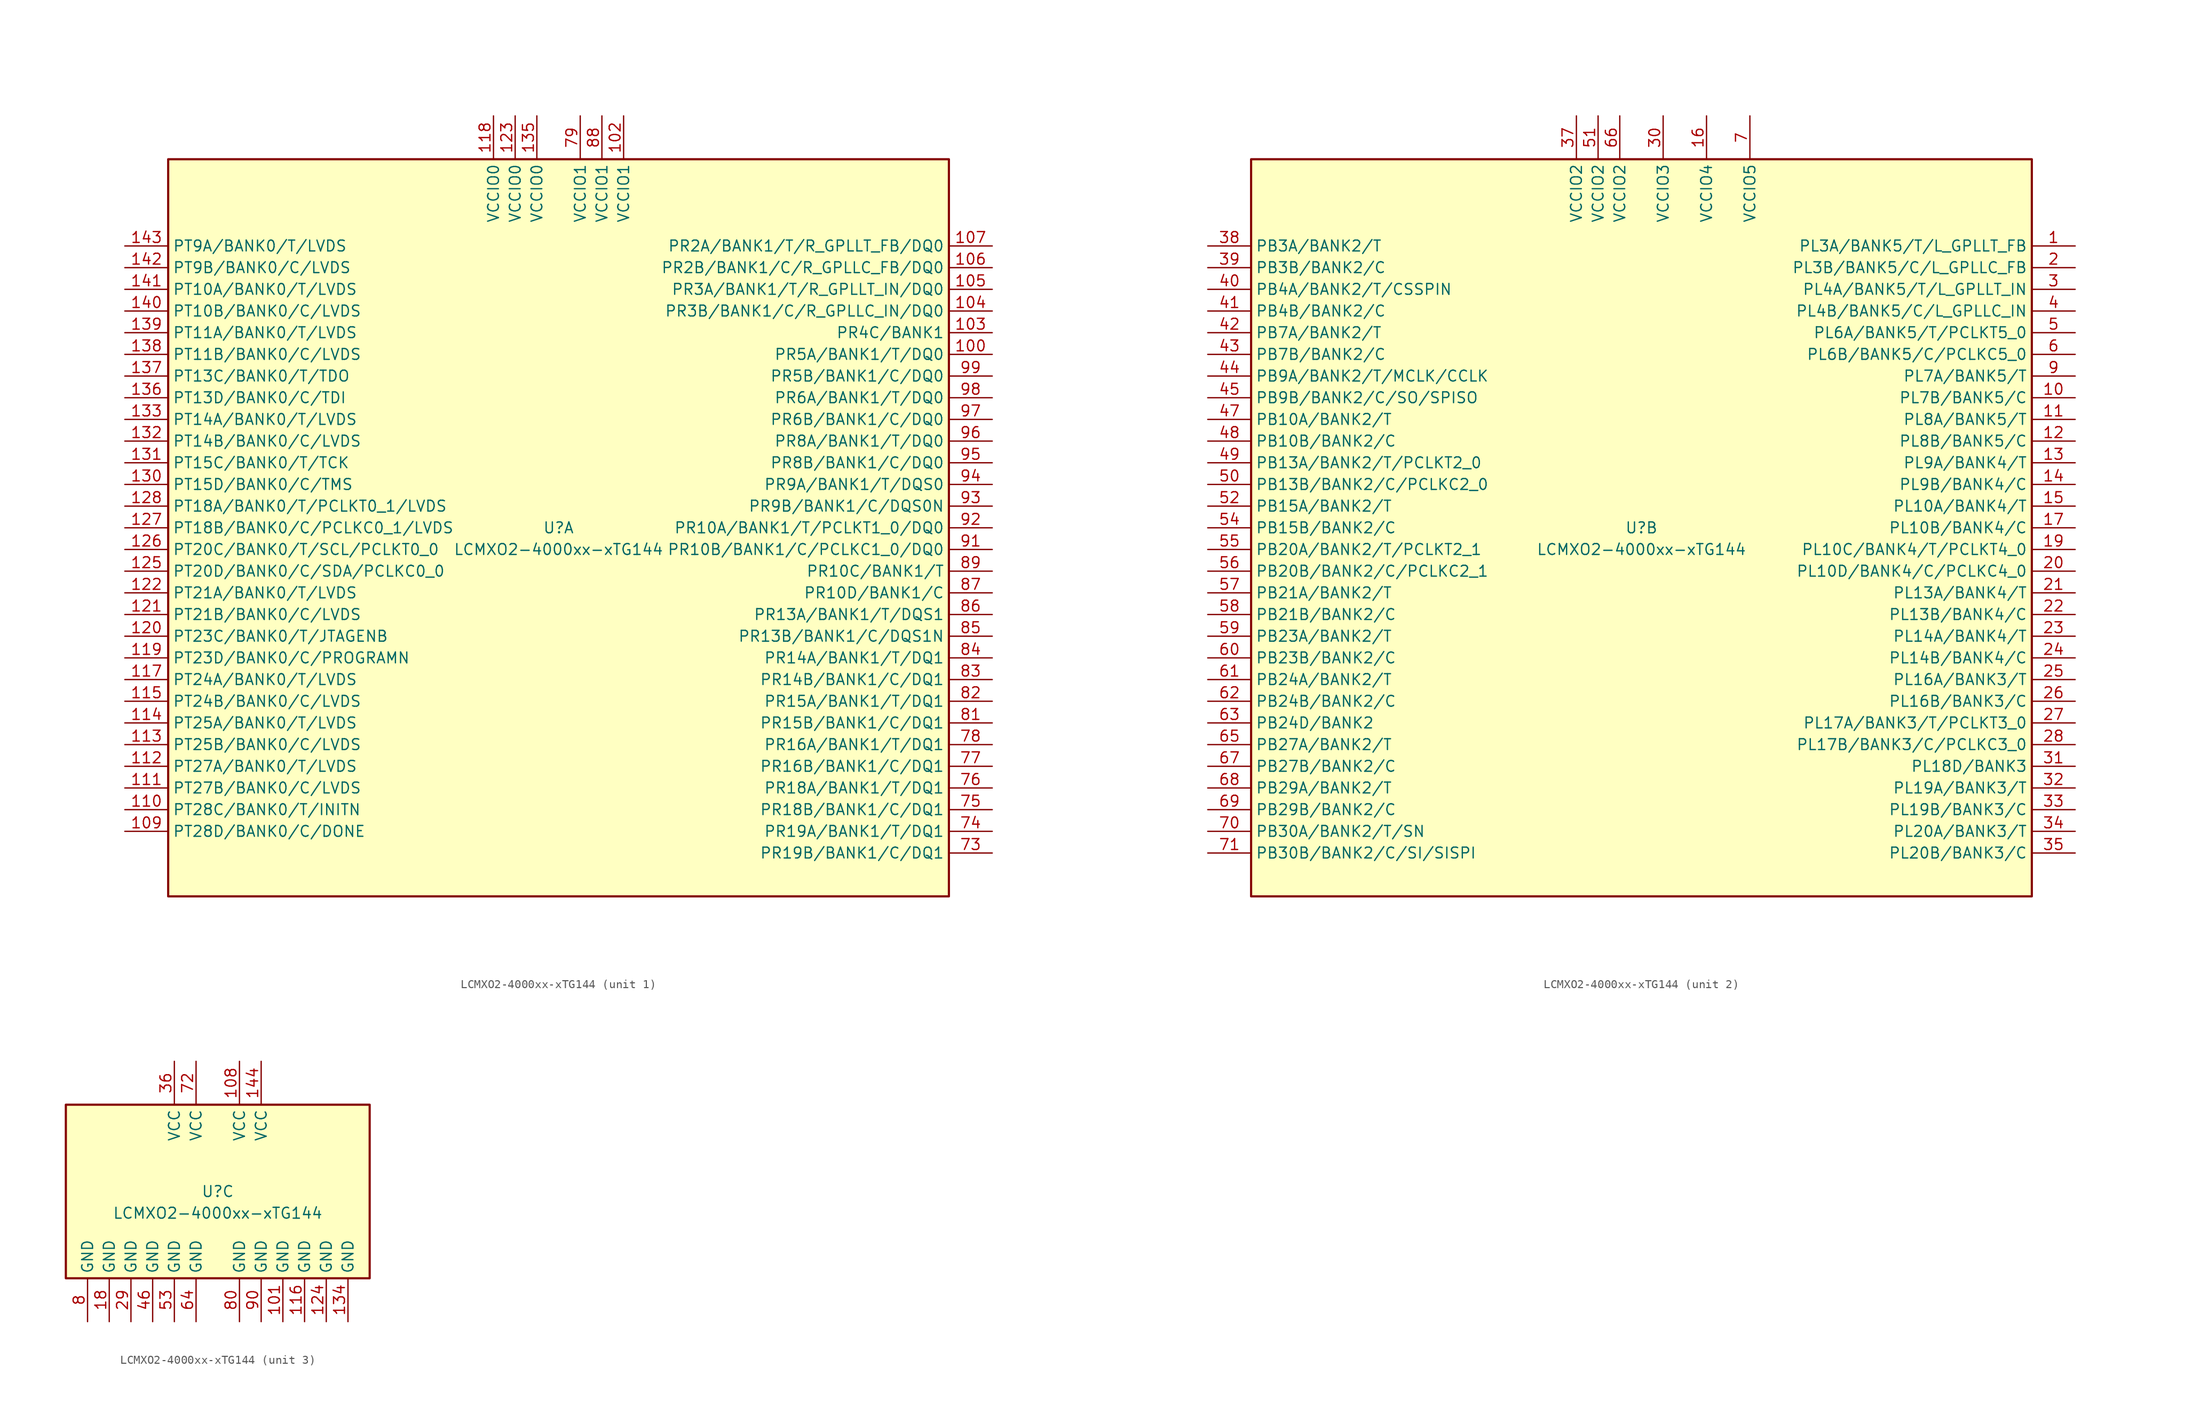
<source format=kicad_sym>
(kicad_symbol_lib
  (version 20241209)
  (generator "kicad_symbol_editor")
  (generator_version "9.0")
  (symbol "LCMXO2-4000xx-xTG144"
    (property "Reference" "U"
      (at 0 0 0)
      (effects (font (size 1.27 1.27))))
    (property "Value" "LCMXO2-4000xx-xTG144"
      (at 0 -2.54 0)
      (effects (font (size 1.27 1.27))))
    (property "ki_locked" ""
      (at 0 0 0)
      (effects (font (size 1.27 1.27))))
    (symbol "LCMXO2-4000xx-xTG144_1_1"
      (rectangle (start -45.72 43.18) (end 45.72 -43.18) (stroke (width 0.254) (type default)) (fill (type background)))
      (pin bidirectional line (at -50.8 33.02 0) (length 5.08) (name "PT9A/BANK0/T/LVDS" (effects (font (size 1.27 1.27)))) (number "143" (effects (font (size 1.27 1.27)))))
      (pin bidirectional line (at -50.8 30.48 0) (length 5.08) (name "PT9B/BANK0/C/LVDS" (effects (font (size 1.27 1.27)))) (number "142" (effects (font (size 1.27 1.27)))))
      (pin bidirectional line (at -50.8 27.94 0) (length 5.08) (name "PT10A/BANK0/T/LVDS" (effects (font (size 1.27 1.27)))) (number "141" (effects (font (size 1.27 1.27)))))
      (pin bidirectional line (at -50.8 25.4 0) (length 5.08) (name "PT10B/BANK0/C/LVDS" (effects (font (size 1.27 1.27)))) (number "140" (effects (font (size 1.27 1.27)))))
      (pin bidirectional line (at -50.8 22.86 0) (length 5.08) (name "PT11A/BANK0/T/LVDS" (effects (font (size 1.27 1.27)))) (number "139" (effects (font (size 1.27 1.27)))))
      (pin bidirectional line (at -50.8 20.32 0) (length 5.08) (name "PT11B/BANK0/C/LVDS" (effects (font (size 1.27 1.27)))) (number "138" (effects (font (size 1.27 1.27)))))
      (pin bidirectional line (at -50.8 17.78 0) (length 5.08) (name "PT13C/BANK0/T/TDO" (effects (font (size 1.27 1.27)))) (number "137" (effects (font (size 1.27 1.27)))))
      (pin bidirectional line (at -50.8 15.24 0) (length 5.08) (name "PT13D/BANK0/C/TDI" (effects (font (size 1.27 1.27)))) (number "136" (effects (font (size 1.27 1.27)))))
      (pin bidirectional line (at -50.8 12.7 0) (length 5.08) (name "PT14A/BANK0/T/LVDS" (effects (font (size 1.27 1.27)))) (number "133" (effects (font (size 1.27 1.27)))))
      (pin bidirectional line (at -50.8 10.16 0) (length 5.08) (name "PT14B/BANK0/C/LVDS" (effects (font (size 1.27 1.27)))) (number "132" (effects (font (size 1.27 1.27)))))
      (pin bidirectional line (at -50.8 7.62 0) (length 5.08) (name "PT15C/BANK0/T/TCK" (effects (font (size 1.27 1.27)))) (number "131" (effects (font (size 1.27 1.27)))))
      (pin bidirectional line (at -50.8 5.08 0) (length 5.08) (name "PT15D/BANK0/C/TMS" (effects (font (size 1.27 1.27)))) (number "130" (effects (font (size 1.27 1.27)))))
      (pin bidirectional line (at -50.8 2.54 0) (length 5.08) (name "PT18A/BANK0/T/PCLKT0_1/LVDS" (effects (font (size 1.27 1.27)))) (number "128" (effects (font (size 1.27 1.27)))))
      (pin bidirectional line (at -50.8 0 0) (length 5.08) (name "PT18B/BANK0/C/PCLKC0_1/LVDS" (effects (font (size 1.27 1.27)))) (number "127" (effects (font (size 1.27 1.27)))))
      (pin bidirectional line (at -50.8 -2.54 0) (length 5.08) (name "PT20C/BANK0/T/SCL/PCLKT0_0" (effects (font (size 1.27 1.27)))) (number "126" (effects (font (size 1.27 1.27)))))
      (pin bidirectional line (at -50.8 -5.08 0) (length 5.08) (name "PT20D/BANK0/C/SDA/PCLKC0_0" (effects (font (size 1.27 1.27)))) (number "125" (effects (font (size 1.27 1.27)))))
      (pin bidirectional line (at -50.8 -7.62 0) (length 5.08) (name "PT21A/BANK0/T/LVDS" (effects (font (size 1.27 1.27)))) (number "122" (effects (font (size 1.27 1.27)))))
      (pin bidirectional line (at -50.8 -10.16 0) (length 5.08) (name "PT21B/BANK0/C/LVDS" (effects (font (size 1.27 1.27)))) (number "121" (effects (font (size 1.27 1.27)))))
      (pin bidirectional line (at -50.8 -12.7 0) (length 5.08) (name "PT23C/BANK0/T/JTAGENB" (effects (font (size 1.27 1.27)))) (number "120" (effects (font (size 1.27 1.27)))))
      (pin bidirectional line (at -50.8 -15.24 0) (length 5.08) (name "PT23D/BANK0/C/PROGRAMN" (effects (font (size 1.27 1.27)))) (number "119" (effects (font (size 1.27 1.27)))))
      (pin bidirectional line (at -50.8 -17.78 0) (length 5.08) (name "PT24A/BANK0/T/LVDS" (effects (font (size 1.27 1.27)))) (number "117" (effects (font (size 1.27 1.27)))))
      (pin bidirectional line (at -50.8 -20.32 0) (length 5.08) (name "PT24B/BANK0/C/LVDS" (effects (font (size 1.27 1.27)))) (number "115" (effects (font (size 1.27 1.27)))))
      (pin bidirectional line (at -50.8 -22.86 0) (length 5.08) (name "PT25A/BANK0/T/LVDS" (effects (font (size 1.27 1.27)))) (number "114" (effects (font (size 1.27 1.27)))))
      (pin bidirectional line (at -50.8 -25.4 0) (length 5.08) (name "PT25B/BANK0/C/LVDS" (effects (font (size 1.27 1.27)))) (number "113" (effects (font (size 1.27 1.27)))))
      (pin bidirectional line (at -50.8 -27.94 0) (length 5.08) (name "PT27A/BANK0/T/LVDS" (effects (font (size 1.27 1.27)))) (number "112" (effects (font (size 1.27 1.27)))))
      (pin bidirectional line (at -50.8 -30.48 0) (length 5.08) (name "PT27B/BANK0/C/LVDS" (effects (font (size 1.27 1.27)))) (number "111" (effects (font (size 1.27 1.27)))))
      (pin bidirectional line (at -50.8 -33.02 0) (length 5.08) (name "PT28C/BANK0/T/INITN" (effects (font (size 1.27 1.27)))) (number "110" (effects (font (size 1.27 1.27)))))
      (pin bidirectional line (at -50.8 -35.56 0) (length 5.08) (name "PT28D/BANK0/C/DONE" (effects (font (size 1.27 1.27)))) (number "109" (effects (font (size 1.27 1.27)))))
      (pin no_connect line (at -45.72 -38.1 0) (length 5.08) (hide yes) (name "NC" (effects (font (size 1.27 1.27)))) (number "129" (effects (font (size 1.27 1.27)))))
      (pin power_in line (at -7.62 48.26 270) (length 5.08) (name "VCCIO0" (effects (font (size 1.27 1.27)))) (number "118" (effects (font (size 1.27 1.27)))))
      (pin power_in line (at -5.08 48.26 270) (length 5.08) (name "VCCIO0" (effects (font (size 1.27 1.27)))) (number "123" (effects (font (size 1.27 1.27)))))
      (pin power_in line (at -2.54 48.26 270) (length 5.08) (name "VCCIO0" (effects (font (size 1.27 1.27)))) (number "135" (effects (font (size 1.27 1.27)))))
      (pin power_in line (at 2.54 48.26 270) (length 5.08) (name "VCCIO1" (effects (font (size 1.27 1.27)))) (number "79" (effects (font (size 1.27 1.27)))))
      (pin power_in line (at 5.08 48.26 270) (length 5.08) (name "VCCIO1" (effects (font (size 1.27 1.27)))) (number "88" (effects (font (size 1.27 1.27)))))
      (pin power_in line (at 7.62 48.26 270) (length 5.08) (name "VCCIO1" (effects (font (size 1.27 1.27)))) (number "102" (effects (font (size 1.27 1.27)))))
      (pin bidirectional line (at 50.8 33.02 180) (length 5.08) (name "PR2A/BANK1/T/R_GPLLT_FB/DQ0" (effects (font (size 1.27 1.27)))) (number "107" (effects (font (size 1.27 1.27)))))
      (pin bidirectional line (at 50.8 30.48 180) (length 5.08) (name "PR2B/BANK1/C/R_GPLLC_FB/DQ0" (effects (font (size 1.27 1.27)))) (number "106" (effects (font (size 1.27 1.27)))))
      (pin bidirectional line (at 50.8 27.94 180) (length 5.08) (name "PR3A/BANK1/T/R_GPLLT_IN/DQ0" (effects (font (size 1.27 1.27)))) (number "105" (effects (font (size 1.27 1.27)))))
      (pin bidirectional line (at 50.8 25.4 180) (length 5.08) (name "PR3B/BANK1/C/R_GPLLC_IN/DQ0" (effects (font (size 1.27 1.27)))) (number "104" (effects (font (size 1.27 1.27)))))
      (pin bidirectional line (at 50.8 22.86 180) (length 5.08) (name "PR4C/BANK1" (effects (font (size 1.27 1.27)))) (number "103" (effects (font (size 1.27 1.27)))))
      (pin bidirectional line (at 50.8 20.32 180) (length 5.08) (name "PR5A/BANK1/T/DQ0" (effects (font (size 1.27 1.27)))) (number "100" (effects (font (size 1.27 1.27)))))
      (pin bidirectional line (at 50.8 17.78 180) (length 5.08) (name "PR5B/BANK1/C/DQ0" (effects (font (size 1.27 1.27)))) (number "99" (effects (font (size 1.27 1.27)))))
      (pin bidirectional line (at 50.8 15.24 180) (length 5.08) (name "PR6A/BANK1/T/DQ0" (effects (font (size 1.27 1.27)))) (number "98" (effects (font (size 1.27 1.27)))))
      (pin bidirectional line (at 50.8 12.7 180) (length 5.08) (name "PR6B/BANK1/C/DQ0" (effects (font (size 1.27 1.27)))) (number "97" (effects (font (size 1.27 1.27)))))
      (pin bidirectional line (at 50.8 10.16 180) (length 5.08) (name "PR8A/BANK1/T/DQ0" (effects (font (size 1.27 1.27)))) (number "96" (effects (font (size 1.27 1.27)))))
      (pin bidirectional line (at 50.8 7.62 180) (length 5.08) (name "PR8B/BANK1/C/DQ0" (effects (font (size 1.27 1.27)))) (number "95" (effects (font (size 1.27 1.27)))))
      (pin bidirectional line (at 50.8 5.08 180) (length 5.08) (name "PR9A/BANK1/T/DQS0" (effects (font (size 1.27 1.27)))) (number "94" (effects (font (size 1.27 1.27)))))
      (pin bidirectional line (at 50.8 2.54 180) (length 5.08) (name "PR9B/BANK1/C/DQS0N" (effects (font (size 1.27 1.27)))) (number "93" (effects (font (size 1.27 1.27)))))
      (pin bidirectional line (at 50.8 0 180) (length 5.08) (name "PR10A/BANK1/T/PCLKT1_0/DQ0" (effects (font (size 1.27 1.27)))) (number "92" (effects (font (size 1.27 1.27)))))
      (pin bidirectional line (at 50.8 -2.54 180) (length 5.08) (name "PR10B/BANK1/C/PCLKC1_0/DQ0" (effects (font (size 1.27 1.27)))) (number "91" (effects (font (size 1.27 1.27)))))
      (pin bidirectional line (at 50.8 -5.08 180) (length 5.08) (name "PR10C/BANK1/T" (effects (font (size 1.27 1.27)))) (number "89" (effects (font (size 1.27 1.27)))))
      (pin bidirectional line (at 50.8 -7.62 180) (length 5.08) (name "PR10D/BANK1/C" (effects (font (size 1.27 1.27)))) (number "87" (effects (font (size 1.27 1.27)))))
      (pin bidirectional line (at 50.8 -10.16 180) (length 5.08) (name "PR13A/BANK1/T/DQS1" (effects (font (size 1.27 1.27)))) (number "86" (effects (font (size 1.27 1.27)))))
      (pin bidirectional line (at 50.8 -12.7 180) (length 5.08) (name "PR13B/BANK1/C/DQS1N" (effects (font (size 1.27 1.27)))) (number "85" (effects (font (size 1.27 1.27)))))
      (pin bidirectional line (at 50.8 -15.24 180) (length 5.08) (name "PR14A/BANK1/T/DQ1" (effects (font (size 1.27 1.27)))) (number "84" (effects (font (size 1.27 1.27)))))
      (pin bidirectional line (at 50.8 -17.78 180) (length 5.08) (name "PR14B/BANK1/C/DQ1" (effects (font (size 1.27 1.27)))) (number "83" (effects (font (size 1.27 1.27)))))
      (pin bidirectional line (at 50.8 -20.32 180) (length 5.08) (name "PR15A/BANK1/T/DQ1" (effects (font (size 1.27 1.27)))) (number "82" (effects (font (size 1.27 1.27)))))
      (pin bidirectional line (at 50.8 -22.86 180) (length 5.08) (name "PR15B/BANK1/C/DQ1" (effects (font (size 1.27 1.27)))) (number "81" (effects (font (size 1.27 1.27)))))
      (pin bidirectional line (at 50.8 -25.4 180) (length 5.08) (name "PR16A/BANK1/T/DQ1" (effects (font (size 1.27 1.27)))) (number "78" (effects (font (size 1.27 1.27)))))
      (pin bidirectional line (at 50.8 -27.94 180) (length 5.08) (name "PR16B/BANK1/C/DQ1" (effects (font (size 1.27 1.27)))) (number "77" (effects (font (size 1.27 1.27)))))
      (pin bidirectional line (at 50.8 -30.48 180) (length 5.08) (name "PR18A/BANK1/T/DQ1" (effects (font (size 1.27 1.27)))) (number "76" (effects (font (size 1.27 1.27)))))
      (pin bidirectional line (at 50.8 -33.02 180) (length 5.08) (name "PR18B/BANK1/C/DQ1" (effects (font (size 1.27 1.27)))) (number "75" (effects (font (size 1.27 1.27)))))
      (pin bidirectional line (at 50.8 -35.56 180) (length 5.08) (name "PR19A/BANK1/T/DQ1" (effects (font (size 1.27 1.27)))) (number "74" (effects (font (size 1.27 1.27)))))
      (pin bidirectional line (at 50.8 -38.1 180) (length 5.08) (name "PR19B/BANK1/C/DQ1" (effects (font (size 1.27 1.27)))) (number "73" (effects (font (size 1.27 1.27))))))
    (symbol "LCMXO2-4000xx-xTG144_2_1"
      (rectangle (start -45.72 43.18) (end 45.72 -43.18) (stroke (width 0.254) (type default)) (fill (type background)))
      (pin bidirectional line (at -50.8 33.02 0) (length 5.08) (name "PB3A/BANK2/T" (effects (font (size 1.27 1.27)))) (number "38" (effects (font (size 1.27 1.27)))))
      (pin bidirectional line (at -50.8 30.48 0) (length 5.08) (name "PB3B/BANK2/C" (effects (font (size 1.27 1.27)))) (number "39" (effects (font (size 1.27 1.27)))))
      (pin bidirectional line (at -50.8 27.94 0) (length 5.08) (name "PB4A/BANK2/T/CSSPIN" (effects (font (size 1.27 1.27)))) (number "40" (effects (font (size 1.27 1.27)))))
      (pin bidirectional line (at -50.8 25.4 0) (length 5.08) (name "PB4B/BANK2/C" (effects (font (size 1.27 1.27)))) (number "41" (effects (font (size 1.27 1.27)))))
      (pin bidirectional line (at -50.8 22.86 0) (length 5.08) (name "PB7A/BANK2/T" (effects (font (size 1.27 1.27)))) (number "42" (effects (font (size 1.27 1.27)))))
      (pin bidirectional line (at -50.8 20.32 0) (length 5.08) (name "PB7B/BANK2/C" (effects (font (size 1.27 1.27)))) (number "43" (effects (font (size 1.27 1.27)))))
      (pin bidirectional line (at -50.8 17.78 0) (length 5.08) (name "PB9A/BANK2/T/MCLK/CCLK" (effects (font (size 1.27 1.27)))) (number "44" (effects (font (size 1.27 1.27)))))
      (pin bidirectional line (at -50.8 15.24 0) (length 5.08) (name "PB9B/BANK2/C/SO/SPISO" (effects (font (size 1.27 1.27)))) (number "45" (effects (font (size 1.27 1.27)))))
      (pin bidirectional line (at -50.8 12.7 0) (length 5.08) (name "PB10A/BANK2/T" (effects (font (size 1.27 1.27)))) (number "47" (effects (font (size 1.27 1.27)))))
      (pin bidirectional line (at -50.8 10.16 0) (length 5.08) (name "PB10B/BANK2/C" (effects (font (size 1.27 1.27)))) (number "48" (effects (font (size 1.27 1.27)))))
      (pin bidirectional line (at -50.8 7.62 0) (length 5.08) (name "PB13A/BANK2/T/PCLKT2_0" (effects (font (size 1.27 1.27)))) (number "49" (effects (font (size 1.27 1.27)))))
      (pin bidirectional line (at -50.8 5.08 0) (length 5.08) (name "PB13B/BANK2/C/PCLKC2_0" (effects (font (size 1.27 1.27)))) (number "50" (effects (font (size 1.27 1.27)))))
      (pin bidirectional line (at -50.8 2.54 0) (length 5.08) (name "PB15A/BANK2/T" (effects (font (size 1.27 1.27)))) (number "52" (effects (font (size 1.27 1.27)))))
      (pin bidirectional line (at -50.8 0 0) (length 5.08) (name "PB15B/BANK2/C" (effects (font (size 1.27 1.27)))) (number "54" (effects (font (size 1.27 1.27)))))
      (pin bidirectional line (at -50.8 -2.54 0) (length 5.08) (name "PB20A/BANK2/T/PCLKT2_1" (effects (font (size 1.27 1.27)))) (number "55" (effects (font (size 1.27 1.27)))))
      (pin bidirectional line (at -50.8 -5.08 0) (length 5.08) (name "PB20B/BANK2/C/PCLKC2_1" (effects (font (size 1.27 1.27)))) (number "56" (effects (font (size 1.27 1.27)))))
      (pin bidirectional line (at -50.8 -7.62 0) (length 5.08) (name "PB21A/BANK2/T" (effects (font (size 1.27 1.27)))) (number "57" (effects (font (size 1.27 1.27)))))
      (pin bidirectional line (at -50.8 -10.16 0) (length 5.08) (name "PB21B/BANK2/C" (effects (font (size 1.27 1.27)))) (number "58" (effects (font (size 1.27 1.27)))))
      (pin bidirectional line (at -50.8 -12.7 0) (length 5.08) (name "PB23A/BANK2/T" (effects (font (size 1.27 1.27)))) (number "59" (effects (font (size 1.27 1.27)))))
      (pin bidirectional line (at -50.8 -15.24 0) (length 5.08) (name "PB23B/BANK2/C" (effects (font (size 1.27 1.27)))) (number "60" (effects (font (size 1.27 1.27)))))
      (pin bidirectional line (at -50.8 -17.78 0) (length 5.08) (name "PB24A/BANK2/T" (effects (font (size 1.27 1.27)))) (number "61" (effects (font (size 1.27 1.27)))))
      (pin bidirectional line (at -50.8 -20.32 0) (length 5.08) (name "PB24B/BANK2/C" (effects (font (size 1.27 1.27)))) (number "62" (effects (font (size 1.27 1.27)))))
      (pin bidirectional line (at -50.8 -22.86 0) (length 5.08) (name "PB24D/BANK2" (effects (font (size 1.27 1.27)))) (number "63" (effects (font (size 1.27 1.27)))))
      (pin bidirectional line (at -50.8 -25.4 0) (length 5.08) (name "PB27A/BANK2/T" (effects (font (size 1.27 1.27)))) (number "65" (effects (font (size 1.27 1.27)))))
      (pin bidirectional line (at -50.8 -27.94 0) (length 5.08) (name "PB27B/BANK2/C" (effects (font (size 1.27 1.27)))) (number "67" (effects (font (size 1.27 1.27)))))
      (pin bidirectional line (at -50.8 -30.48 0) (length 5.08) (name "PB29A/BANK2/T" (effects (font (size 1.27 1.27)))) (number "68" (effects (font (size 1.27 1.27)))))
      (pin bidirectional line (at -50.8 -33.02 0) (length 5.08) (name "PB29B/BANK2/C" (effects (font (size 1.27 1.27)))) (number "69" (effects (font (size 1.27 1.27)))))
      (pin bidirectional line (at -50.8 -35.56 0) (length 5.08) (name "PB30A/BANK2/T/SN" (effects (font (size 1.27 1.27)))) (number "70" (effects (font (size 1.27 1.27)))))
      (pin bidirectional line (at -50.8 -38.1 0) (length 5.08) (name "PB30B/BANK2/C/SI/SISPI" (effects (font (size 1.27 1.27)))) (number "71" (effects (font (size 1.27 1.27)))))
      (pin power_in line (at -7.62 48.26 270) (length 5.08) (name "VCCIO2" (effects (font (size 1.27 1.27)))) (number "37" (effects (font (size 1.27 1.27)))))
      (pin power_in line (at -5.08 48.26 270) (length 5.08) (name "VCCIO2" (effects (font (size 1.27 1.27)))) (number "51" (effects (font (size 1.27 1.27)))))
      (pin power_in line (at -2.54 48.26 270) (length 5.08) (name "VCCIO2" (effects (font (size 1.27 1.27)))) (number "66" (effects (font (size 1.27 1.27)))))
      (pin power_in line (at 2.54 48.26 270) (length 5.08) (name "VCCIO3" (effects (font (size 1.27 1.27)))) (number "30" (effects (font (size 1.27 1.27)))))
      (pin power_in line (at 7.62 48.26 270) (length 5.08) (name "VCCIO4" (effects (font (size 1.27 1.27)))) (number "16" (effects (font (size 1.27 1.27)))))
      (pin power_in line (at 12.7 48.26 270) (length 5.08) (name "VCCIO5" (effects (font (size 1.27 1.27)))) (number "7" (effects (font (size 1.27 1.27)))))
      (pin bidirectional line (at 50.8 33.02 180) (length 5.08) (name "PL3A/BANK5/T/L_GPLLT_FB" (effects (font (size 1.27 1.27)))) (number "1" (effects (font (size 1.27 1.27)))))
      (pin bidirectional line (at 50.8 30.48 180) (length 5.08) (name "PL3B/BANK5/C/L_GPLLC_FB" (effects (font (size 1.27 1.27)))) (number "2" (effects (font (size 1.27 1.27)))))
      (pin bidirectional line (at 50.8 27.94 180) (length 5.08) (name "PL4A/BANK5/T/L_GPLLT_IN" (effects (font (size 1.27 1.27)))) (number "3" (effects (font (size 1.27 1.27)))))
      (pin bidirectional line (at 50.8 25.4 180) (length 5.08) (name "PL4B/BANK5/C/L_GPLLC_IN" (effects (font (size 1.27 1.27)))) (number "4" (effects (font (size 1.27 1.27)))))
      (pin bidirectional line (at 50.8 22.86 180) (length 5.08) (name "PL6A/BANK5/T/PCLKT5_0" (effects (font (size 1.27 1.27)))) (number "5" (effects (font (size 1.27 1.27)))))
      (pin bidirectional line (at 50.8 20.32 180) (length 5.08) (name "PL6B/BANK5/C/PCLKC5_0" (effects (font (size 1.27 1.27)))) (number "6" (effects (font (size 1.27 1.27)))))
      (pin bidirectional line (at 50.8 17.78 180) (length 5.08) (name "PL7A/BANK5/T" (effects (font (size 1.27 1.27)))) (number "9" (effects (font (size 1.27 1.27)))))
      (pin bidirectional line (at 50.8 15.24 180) (length 5.08) (name "PL7B/BANK5/C" (effects (font (size 1.27 1.27)))) (number "10" (effects (font (size 1.27 1.27)))))
      (pin bidirectional line (at 50.8 12.7 180) (length 5.08) (name "PL8A/BANK5/T" (effects (font (size 1.27 1.27)))) (number "11" (effects (font (size 1.27 1.27)))))
      (pin bidirectional line (at 50.8 10.16 180) (length 5.08) (name "PL8B/BANK5/C" (effects (font (size 1.27 1.27)))) (number "12" (effects (font (size 1.27 1.27)))))
      (pin bidirectional line (at 50.8 7.62 180) (length 5.08) (name "PL9A/BANK4/T" (effects (font (size 1.27 1.27)))) (number "13" (effects (font (size 1.27 1.27)))))
      (pin bidirectional line (at 50.8 5.08 180) (length 5.08) (name "PL9B/BANK4/C" (effects (font (size 1.27 1.27)))) (number "14" (effects (font (size 1.27 1.27)))))
      (pin bidirectional line (at 50.8 2.54 180) (length 5.08) (name "PL10A/BANK4/T" (effects (font (size 1.27 1.27)))) (number "15" (effects (font (size 1.27 1.27)))))
      (pin bidirectional line (at 50.8 0 180) (length 5.08) (name "PL10B/BANK4/C" (effects (font (size 1.27 1.27)))) (number "17" (effects (font (size 1.27 1.27)))))
      (pin bidirectional line (at 50.8 -2.54 180) (length 5.08) (name "PL10C/BANK4/T/PCLKT4_0" (effects (font (size 1.27 1.27)))) (number "19" (effects (font (size 1.27 1.27)))))
      (pin bidirectional line (at 50.8 -5.08 180) (length 5.08) (name "PL10D/BANK4/C/PCLKC4_0" (effects (font (size 1.27 1.27)))) (number "20" (effects (font (size 1.27 1.27)))))
      (pin bidirectional line (at 50.8 -7.62 180) (length 5.08) (name "PL13A/BANK4/T" (effects (font (size 1.27 1.27)))) (number "21" (effects (font (size 1.27 1.27)))))
      (pin bidirectional line (at 50.8 -10.16 180) (length 5.08) (name "PL13B/BANK4/C" (effects (font (size 1.27 1.27)))) (number "22" (effects (font (size 1.27 1.27)))))
      (pin bidirectional line (at 50.8 -12.7 180) (length 5.08) (name "PL14A/BANK4/T" (effects (font (size 1.27 1.27)))) (number "23" (effects (font (size 1.27 1.27)))))
      (pin bidirectional line (at 50.8 -15.24 180) (length 5.08) (name "PL14B/BANK4/C" (effects (font (size 1.27 1.27)))) (number "24" (effects (font (size 1.27 1.27)))))
      (pin bidirectional line (at 50.8 -17.78 180) (length 5.08) (name "PL16A/BANK3/T" (effects (font (size 1.27 1.27)))) (number "25" (effects (font (size 1.27 1.27)))))
      (pin bidirectional line (at 50.8 -20.32 180) (length 5.08) (name "PL16B/BANK3/C" (effects (font (size 1.27 1.27)))) (number "26" (effects (font (size 1.27 1.27)))))
      (pin bidirectional line (at 50.8 -22.86 180) (length 5.08) (name "PL17A/BANK3/T/PCLKT3_0" (effects (font (size 1.27 1.27)))) (number "27" (effects (font (size 1.27 1.27)))))
      (pin bidirectional line (at 50.8 -25.4 180) (length 5.08) (name "PL17B/BANK3/C/PCLKC3_0" (effects (font (size 1.27 1.27)))) (number "28" (effects (font (size 1.27 1.27)))))
      (pin bidirectional line (at 50.8 -27.94 180) (length 5.08) (name "PL18D/BANK3" (effects (font (size 1.27 1.27)))) (number "31" (effects (font (size 1.27 1.27)))))
      (pin bidirectional line (at 50.8 -30.48 180) (length 5.08) (name "PL19A/BANK3/T" (effects (font (size 1.27 1.27)))) (number "32" (effects (font (size 1.27 1.27)))))
      (pin bidirectional line (at 50.8 -33.02 180) (length 5.08) (name "PL19B/BANK3/C" (effects (font (size 1.27 1.27)))) (number "33" (effects (font (size 1.27 1.27)))))
      (pin bidirectional line (at 50.8 -35.56 180) (length 5.08) (name "PL20A/BANK3/T" (effects (font (size 1.27 1.27)))) (number "34" (effects (font (size 1.27 1.27)))))
      (pin bidirectional line (at 50.8 -38.1 180) (length 5.08) (name "PL20B/BANK3/C" (effects (font (size 1.27 1.27)))) (number "35" (effects (font (size 1.27 1.27))))))
    (symbol "LCMXO2-4000xx-xTG144_3_1"
      (rectangle (start -17.78 10.16) (end 17.78 -10.16) (stroke (width 0.254) (type default)) (fill (type background)))
      (pin power_in line (at -15.24 -15.24 90) (length 5.08) (name "GND" (effects (font (size 1.27 1.27)))) (number "8" (effects (font (size 1.27 1.27)))))
      (pin power_in line (at -12.7 -15.24 90) (length 5.08) (name "GND" (effects (font (size 1.27 1.27)))) (number "18" (effects (font (size 1.27 1.27)))))
      (pin power_in line (at -10.16 -15.24 90) (length 5.08) (name "GND" (effects (font (size 1.27 1.27)))) (number "29" (effects (font (size 1.27 1.27)))))
      (pin power_in line (at -7.62 -15.24 90) (length 5.08) (name "GND" (effects (font (size 1.27 1.27)))) (number "46" (effects (font (size 1.27 1.27)))))
      (pin power_in line (at -5.08 15.24 270) (length 5.08) (name "VCC" (effects (font (size 1.27 1.27)))) (number "36" (effects (font (size 1.27 1.27)))))
      (pin power_in line (at -5.08 -15.24 90) (length 5.08) (name "GND" (effects (font (size 1.27 1.27)))) (number "53" (effects (font (size 1.27 1.27)))))
      (pin power_in line (at -2.54 15.24 270) (length 5.08) (name "VCC" (effects (font (size 1.27 1.27)))) (number "72" (effects (font (size 1.27 1.27)))))
      (pin power_in line (at -2.54 -15.24 90) (length 5.08) (name "GND" (effects (font (size 1.27 1.27)))) (number "64" (effects (font (size 1.27 1.27)))))
      (pin power_in line (at 2.54 15.24 270) (length 5.08) (name "VCC" (effects (font (size 1.27 1.27)))) (number "108" (effects (font (size 1.27 1.27)))))
      (pin power_in line (at 2.54 -15.24 90) (length 5.08) (name "GND" (effects (font (size 1.27 1.27)))) (number "80" (effects (font (size 1.27 1.27)))))
      (pin power_in line (at 5.08 15.24 270) (length 5.08) (name "VCC" (effects (font (size 1.27 1.27)))) (number "144" (effects (font (size 1.27 1.27)))))
      (pin power_in line (at 5.08 -15.24 90) (length 5.08) (name "GND" (effects (font (size 1.27 1.27)))) (number "90" (effects (font (size 1.27 1.27)))))
      (pin power_in line (at 7.62 -15.24 90) (length 5.08) (name "GND" (effects (font (size 1.27 1.27)))) (number "101" (effects (font (size 1.27 1.27)))))
      (pin power_in line (at 10.16 -15.24 90) (length 5.08) (name "GND" (effects (font (size 1.27 1.27)))) (number "116" (effects (font (size 1.27 1.27)))))
      (pin power_in line (at 12.7 -15.24 90) (length 5.08) (name "GND" (effects (font (size 1.27 1.27)))) (number "124" (effects (font (size 1.27 1.27)))))
      (pin power_in line (at 15.24 -15.24 90) (length 5.08) (name "GND" (effects (font (size 1.27 1.27)))) (number "134" (effects (font (size 1.27 1.27))))))))
</source>
